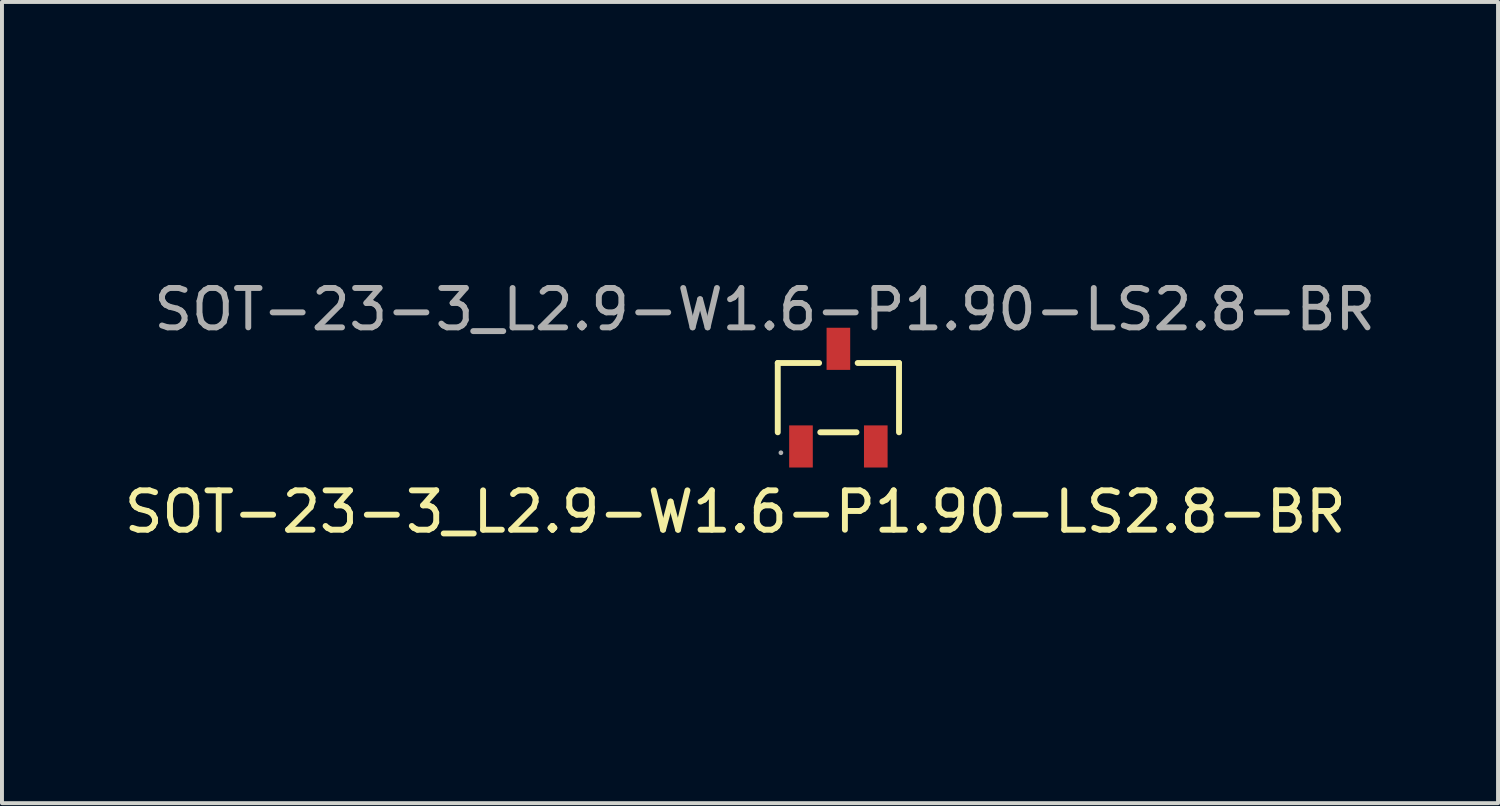
<source format=kicad_pcb>
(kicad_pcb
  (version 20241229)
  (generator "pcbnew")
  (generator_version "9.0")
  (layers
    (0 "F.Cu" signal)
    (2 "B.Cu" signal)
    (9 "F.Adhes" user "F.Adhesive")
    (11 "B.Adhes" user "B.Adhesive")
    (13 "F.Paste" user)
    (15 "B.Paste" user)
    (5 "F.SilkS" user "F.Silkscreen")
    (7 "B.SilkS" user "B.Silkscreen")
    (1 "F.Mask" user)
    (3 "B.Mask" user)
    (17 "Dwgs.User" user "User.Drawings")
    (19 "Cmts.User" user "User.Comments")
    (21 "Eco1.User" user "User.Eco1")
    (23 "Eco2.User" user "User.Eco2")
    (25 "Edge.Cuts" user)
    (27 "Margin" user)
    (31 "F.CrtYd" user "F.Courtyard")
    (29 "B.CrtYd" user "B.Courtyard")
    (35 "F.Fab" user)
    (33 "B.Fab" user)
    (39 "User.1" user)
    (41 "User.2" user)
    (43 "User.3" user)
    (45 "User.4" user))
  (footprint "SOT-23-3_L2.9-W1.6-P1.90-LS2.8-BR"
    (layer "F.Cu")
    (at 18.245 7.05)
    (property "Reference" "SOT-23-3_L2.9-W1.6-P1.90-LS2.8-BR" (at -2.62 2.9 0) (layer "F.SilkS") (effects (font (size 1 1) (thickness 0.15))))
    (attr smd)
    (fp_line (start -1.54 -0.88) (end -0.49 -0.88) (stroke (width 0.15) (type solid)) (layer "F.SilkS"))
    (fp_line (start -1.54 0.88) (end -1.54 -0.88) (stroke (width 0.15) (type solid)) (layer "F.SilkS"))
    (fp_line (start 0.46 0.88) (end -0.46 0.88) (stroke (width 0.15) (type solid)) (layer "F.SilkS"))
    (fp_line (start 1.54 -0.88) (end 0.49 -0.88) (stroke (width 0.15) (type solid)) (layer "F.SilkS"))
    (fp_line (start 1.54 0.88) (end 1.54 -0.88) (stroke (width 0.15) (type solid)) (layer "F.SilkS"))
    (fp_circle (center -1.46 1.4) (end -1.46 1.43) (stroke (width 0.06) (type solid)) (fill no) (layer "F.Fab"))
    (fp_rect (start -2.5 -2.7) (end 2.5 7.2) (stroke (width 0.2) (type default)) (fill no) (layer "User.2"))
    (fp_circle (center -5.08 0) (end -4.28 0) (stroke (width 0.2) (type default)) (fill no) (layer "User.2"))
    (fp_circle (center 5.08 0) (end 5.88 0) (stroke (width 0.2) (type default)) (fill no) (layer "User.2"))
    (fp_rect (start -7 -7) (end 7 7) (stroke (width 0.1) (type default)) (fill no) (layer "User.4"))
    (fp_text user "${REFERENCE}" (at -1.87 -2.24 0) (layer "F.Fab") (effects (font (size 1 1) (thickness 0.15))))
    (pad "1" smd rect (at -0.95 1.24 270) (size 1.07 0.6) (layers "F.Cu" "F.Mask" "F.Paste"))
    (pad "2" smd rect (at 0.95 1.24 270) (size 1.07 0.6) (layers "F.Cu" "F.Mask" "F.Paste"))
    (pad "3" smd rect (at 0 -1.24 270) (size 1.07 0.6) (layers "F.Cu" "F.Mask" "F.Paste")))
  (gr_rect
    (start -3 -3)
    (end 35 17.35)
    (stroke (width 0.1) (type default))
    (fill no)
    (layer "Edge.Cuts")))
</source>
